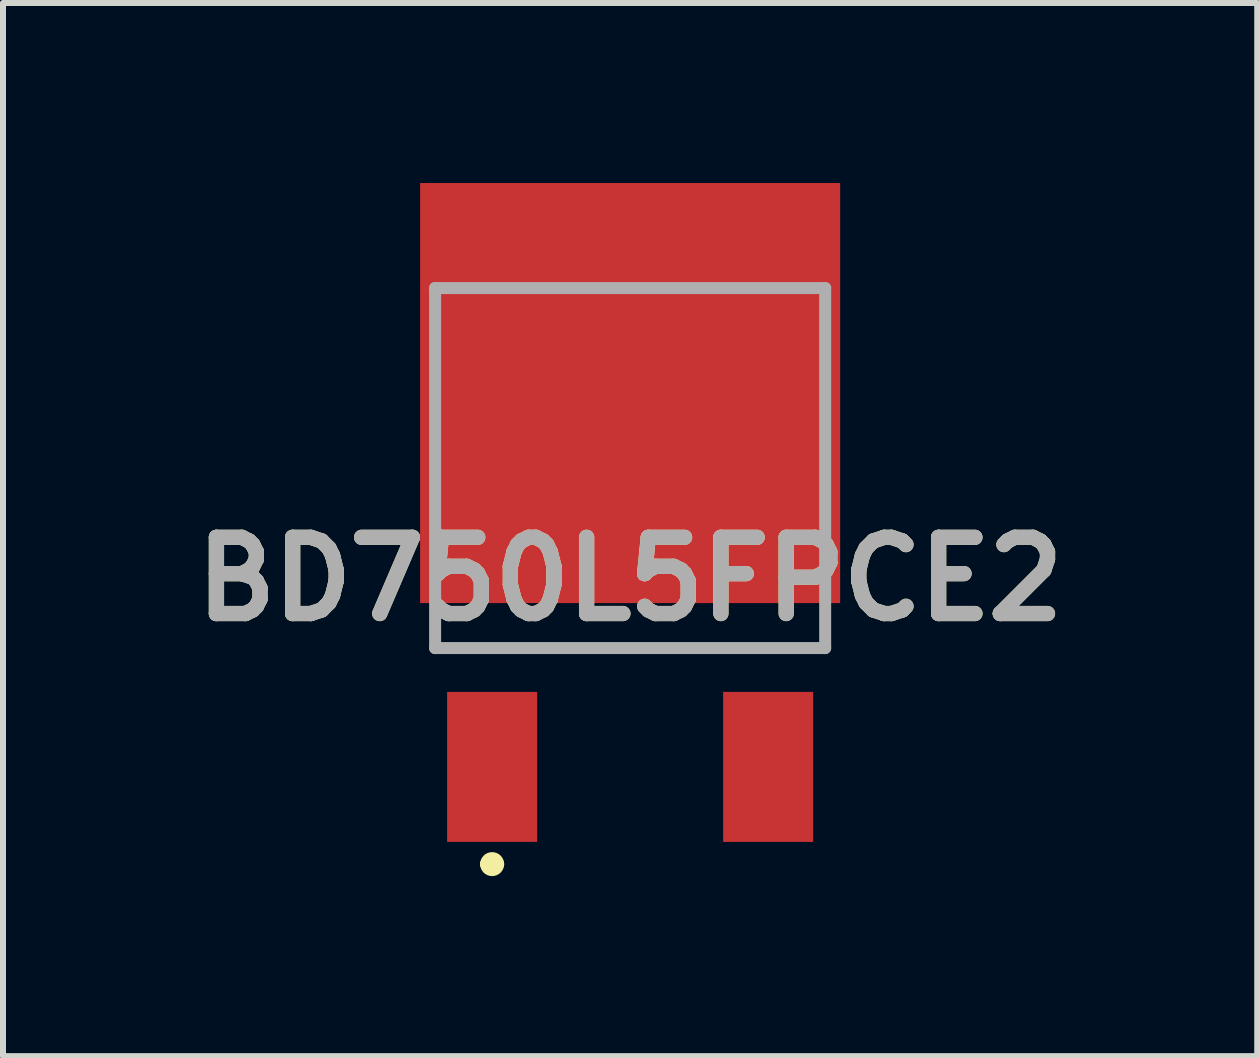
<source format=kicad_pcb>
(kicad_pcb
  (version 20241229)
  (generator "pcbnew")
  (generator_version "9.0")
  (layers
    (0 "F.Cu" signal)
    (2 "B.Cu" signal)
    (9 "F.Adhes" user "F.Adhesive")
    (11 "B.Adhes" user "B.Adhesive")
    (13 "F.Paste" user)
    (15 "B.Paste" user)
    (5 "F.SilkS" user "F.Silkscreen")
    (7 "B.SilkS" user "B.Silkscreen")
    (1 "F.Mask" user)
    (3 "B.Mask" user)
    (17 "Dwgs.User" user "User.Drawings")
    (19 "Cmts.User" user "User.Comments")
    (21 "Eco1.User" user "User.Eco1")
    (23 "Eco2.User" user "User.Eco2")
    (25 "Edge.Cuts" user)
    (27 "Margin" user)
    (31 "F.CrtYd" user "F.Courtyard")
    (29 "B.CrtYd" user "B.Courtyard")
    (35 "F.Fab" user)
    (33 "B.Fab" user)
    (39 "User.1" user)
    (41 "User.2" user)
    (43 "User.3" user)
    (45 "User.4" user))
  (footprint "BD750L5FPCE2"
    (layer "F.Cu")
    (at 7.451 1.75)
    (property "Reference" "BD750L5FPCE2" (at 0 4.85 0) (layer "F.SilkS") (effects (font (size 1.27 1.27) (thickness 0.254))))
    (attr smd)
    (fp_line (start -3.25 5.5) (end -3.25 6) (stroke (width 0.1) (type solid)) (layer "F.SilkS"))
    (fp_line (start -3.25 6) (end 3.25 6) (stroke (width 0.1) (type solid)) (layer "F.SilkS"))
    (fp_line (start -2.4 9.6) (end -2.4 9.6) (stroke (width 0.2) (type solid)) (layer "F.SilkS"))
    (fp_line (start -2.2 9.6) (end -2.2 9.6) (stroke (width 0.2) (type solid)) (layer "F.SilkS"))
    (fp_line (start 3.25 6) (end 3.25 5.5) (stroke (width 0.1) (type solid)) (layer "F.SilkS"))
    (fp_arc (start -2.4 9.6) (mid -2.3 9.5) (end -2.2 9.6) (stroke (width 0.2) (type solid)) (layer "F.SilkS"))
    (fp_arc (start -2.2 9.6) (mid -2.3 9.7) (end -2.4 9.6) (stroke (width 0.2) (type solid)) (layer "F.SilkS"))
    (fp_line (start -3.25 0) (end 3.25 0) (stroke (width 0.2) (type solid)) (layer "F.Fab"))
    (fp_line (start -3.25 6) (end -3.25 0) (stroke (width 0.2) (type solid)) (layer "F.Fab"))
    (fp_line (start 3.25 0) (end 3.25 6) (stroke (width 0.2) (type solid)) (layer "F.Fab"))
    (fp_line (start 3.25 6) (end -3.25 6) (stroke (width 0.2) (type solid)) (layer "F.Fab"))
    (fp_text user "${REFERENCE}" (at 0 4.85 0) (layer "F.Fab") (effects (font (size 1.27 1.27) (thickness 0.254))))
    (pad "1" smd rect (at -2.3 7.98) (size 1.5 2.5) (layers "F.Cu" "F.Mask" "F.Paste"))
    (pad "3" smd rect (at 2.3 7.98) (size 1.5 2.5) (layers "F.Cu" "F.Mask" "F.Paste"))
    (pad "4" smd rect (at 0 1.75 90) (size 7 7) (layers "F.Cu" "F.Mask" "F.Paste")))
  (gr_rect
    (start -3 -3)
    (end 17.901 14.55)
    (stroke (width 0.1) (type default))
    (fill no)
    (layer "Edge.Cuts")))
</source>
